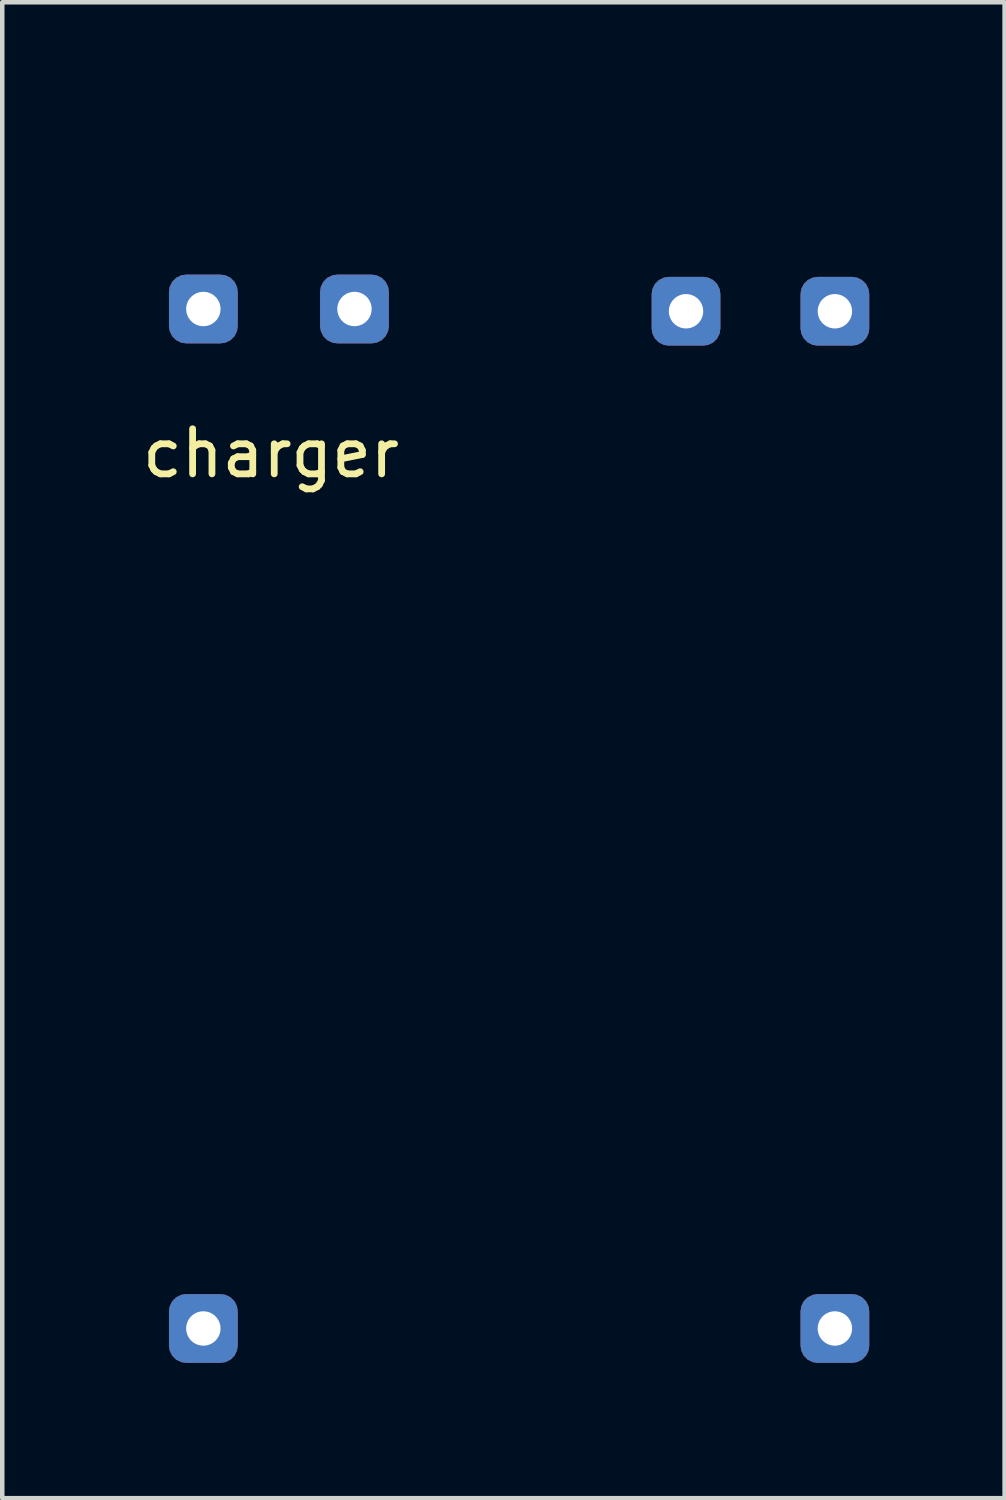
<source format=kicad_pcb>
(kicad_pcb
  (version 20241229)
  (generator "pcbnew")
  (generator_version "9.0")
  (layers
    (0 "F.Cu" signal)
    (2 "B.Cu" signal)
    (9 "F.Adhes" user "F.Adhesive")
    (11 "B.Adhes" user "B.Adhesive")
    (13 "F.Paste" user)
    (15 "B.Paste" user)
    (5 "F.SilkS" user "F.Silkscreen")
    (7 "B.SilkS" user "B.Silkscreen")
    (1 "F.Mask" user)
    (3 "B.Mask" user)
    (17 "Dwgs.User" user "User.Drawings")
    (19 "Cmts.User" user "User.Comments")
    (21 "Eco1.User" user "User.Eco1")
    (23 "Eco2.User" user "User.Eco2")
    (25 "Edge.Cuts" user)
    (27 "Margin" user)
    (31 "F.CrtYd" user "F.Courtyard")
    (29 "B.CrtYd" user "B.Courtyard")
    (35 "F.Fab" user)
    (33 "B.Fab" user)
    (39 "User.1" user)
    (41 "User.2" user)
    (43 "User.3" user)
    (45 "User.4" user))
  (footprint "charger"
    (layer "F.Cu")
    (at 1.008 0.25)
    (property "Reference" "charger" (at 1.95 6.75 0) (layer "F.SilkS") (effects (font (size 1 1) (thickness 0.15))))
    (attr through_hole)
    (pad "1" thru_hole roundrect (at 0.45 3.55) (size 1.524 1.524) (drill 0.762) (layers "*.Cu" "*.Mask") (roundrect_rratio 0.25))
    (pad "2" thru_hole roundrect (at 14.45 3.6) (size 1.524 1.524) (drill 0.762) (layers "*.Cu" "*.Mask") (roundrect_rratio 0.25))
    (pad "3" thru_hole roundrect (at 3.8 3.55) (size 1.524 1.524) (drill 0.762) (layers "*.Cu" "*.Mask") (roundrect_rratio 0.25))
    (pad "4" thru_hole roundrect (at 11.15 3.6) (size 1.524 1.524) (drill 0.762) (layers "*.Cu" "*.Mask") (roundrect_rratio 0.25))
    (pad "5" thru_hole roundrect (at 0.45 26.15) (size 1.524 1.524) (drill 0.762) (layers "*.Cu" "*.Mask") (roundrect_rratio 0.25))
    (pad "5" thru_hole roundrect (at 14.45 26.15) (size 1.524 1.524) (drill 0.762) (layers "*.Cu" "*.Mask") (roundrect_rratio 0.25)))
  (gr_rect
    (start -3 -3)
    (end 19.22 30.162)
    (stroke (width 0.1) (type default))
    (fill no)
    (layer "Edge.Cuts")))
</source>
